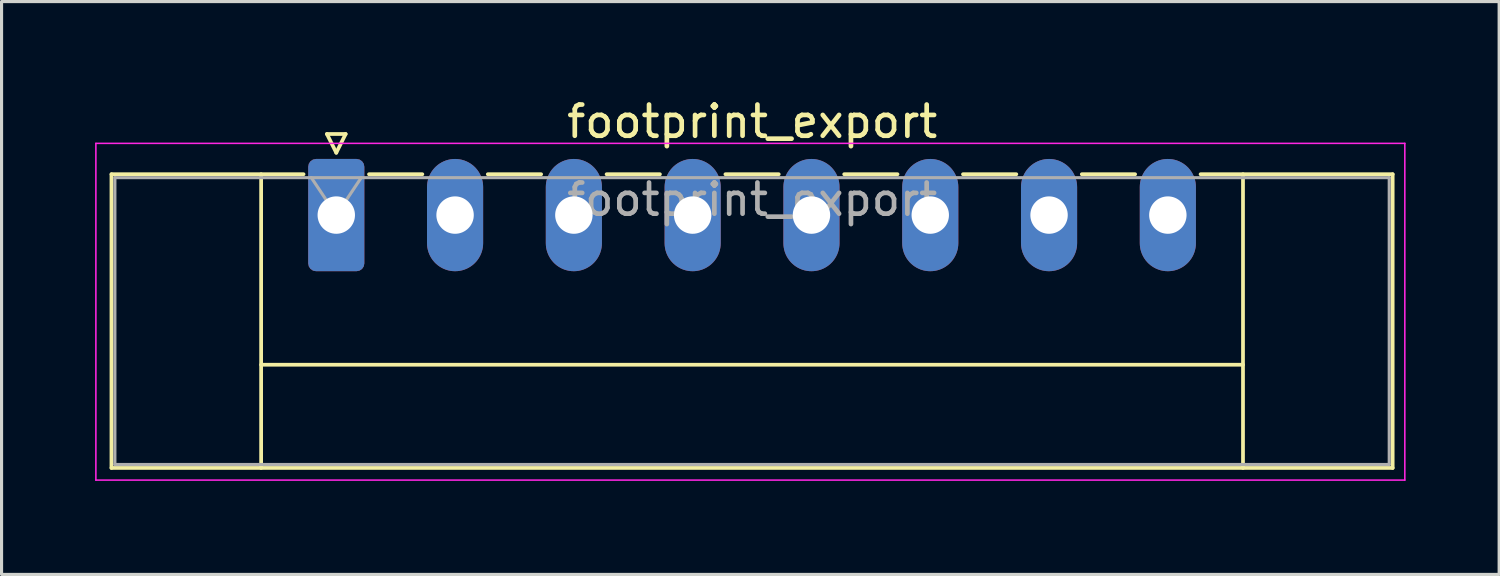
<source format=kicad_pcb>
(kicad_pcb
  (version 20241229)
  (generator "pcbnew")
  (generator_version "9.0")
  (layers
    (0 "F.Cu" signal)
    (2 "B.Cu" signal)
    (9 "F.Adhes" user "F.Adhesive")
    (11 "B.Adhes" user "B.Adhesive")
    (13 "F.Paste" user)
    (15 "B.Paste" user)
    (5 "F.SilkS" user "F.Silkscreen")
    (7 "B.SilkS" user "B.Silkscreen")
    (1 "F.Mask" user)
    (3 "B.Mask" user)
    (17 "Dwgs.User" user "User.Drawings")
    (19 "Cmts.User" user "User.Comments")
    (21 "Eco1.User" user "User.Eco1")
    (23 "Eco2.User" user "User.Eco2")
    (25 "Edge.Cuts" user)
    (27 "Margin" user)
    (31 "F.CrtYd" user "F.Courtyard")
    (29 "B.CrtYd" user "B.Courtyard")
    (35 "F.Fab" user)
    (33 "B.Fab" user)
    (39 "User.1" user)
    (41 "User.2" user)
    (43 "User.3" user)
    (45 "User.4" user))
  (footprint "footprint_export"
    (layer "F.Cu")
    (at 7.735 3.848)
    (property "Reference" "footprint_export" (at 13.34 -3 0) (layer "F.SilkS") (effects (font (size 1 1) (thickness 0.15))))
    (attr through_hole)
    (fp_line (start -7.21 -1.31) (end -7.21 8.11) (stroke (width 0.12) (type solid)) (layer "F.SilkS"))
    (fp_line (start -7.21 -1.31) (end -1.05 -1.31) (stroke (width 0.12) (type solid)) (layer "F.SilkS"))
    (fp_line (start -7.21 8.11) (end 33.88 8.11) (stroke (width 0.12) (type solid)) (layer "F.SilkS"))
    (fp_line (start -2.41 -1.31) (end -2.41 8.11) (stroke (width 0.12) (type solid)) (layer "F.SilkS"))
    (fp_line (start -2.41 4.8) (end 29.08 4.8) (stroke (width 0.12) (type solid)) (layer "F.SilkS"))
    (fp_line (start -0.3 -2.6) (end 0.3 -2.6) (stroke (width 0.12) (type solid)) (layer "F.SilkS"))
    (fp_line (start 0 -2) (end -0.3 -2.6) (stroke (width 0.12) (type solid)) (layer "F.SilkS"))
    (fp_line (start 0.3 -2.6) (end 0 -2) (stroke (width 0.12) (type solid)) (layer "F.SilkS"))
    (fp_line (start 1.05 -1.31) (end 2.76 -1.31) (stroke (width 0.12) (type solid)) (layer "F.SilkS"))
    (fp_line (start 4.86 -1.31) (end 6.57 -1.31) (stroke (width 0.12) (type solid)) (layer "F.SilkS"))
    (fp_line (start 8.67 -1.31) (end 10.38 -1.31) (stroke (width 0.12) (type solid)) (layer "F.SilkS"))
    (fp_line (start 12.48 -1.31) (end 14.19 -1.31) (stroke (width 0.12) (type solid)) (layer "F.SilkS"))
    (fp_line (start 16.29 -1.31) (end 18 -1.31) (stroke (width 0.12) (type solid)) (layer "F.SilkS"))
    (fp_line (start 20.1 -1.31) (end 21.81 -1.31) (stroke (width 0.12) (type solid)) (layer "F.SilkS"))
    (fp_line (start 23.91 -1.31) (end 25.62 -1.31) (stroke (width 0.12) (type solid)) (layer "F.SilkS"))
    (fp_line (start 29.08 -1.31) (end 29.08 8.11) (stroke (width 0.12) (type solid)) (layer "F.SilkS"))
    (fp_line (start 33.88 -1.31) (end 27.72 -1.31) (stroke (width 0.12) (type solid)) (layer "F.SilkS"))
    (fp_line (start 33.88 8.11) (end 33.88 -1.31) (stroke (width 0.12) (type solid)) (layer "F.SilkS"))
    (fp_line (start -7.71 -2.3) (end -7.71 8.5) (stroke (width 0.05) (type solid)) (layer "F.CrtYd"))
    (fp_line (start -7.71 8.5) (end 34.27 8.5) (stroke (width 0.05) (type solid)) (layer "F.CrtYd"))
    (fp_line (start 34.27 -2.3) (end -7.71 -2.3) (stroke (width 0.05) (type solid)) (layer "F.CrtYd"))
    (fp_line (start 34.27 8.5) (end 34.27 -2.3) (stroke (width 0.05) (type solid)) (layer "F.CrtYd"))
    (fp_line (start -7.1 -1.2) (end -7.1 8) (stroke (width 0.1) (type solid)) (layer "F.Fab"))
    (fp_line (start -7.1 8) (end 33.77 8) (stroke (width 0.1) (type solid)) (layer "F.Fab"))
    (fp_line (start 0 0) (end -0.8 -1.2) (stroke (width 0.1) (type solid)) (layer "F.Fab"))
    (fp_line (start 0.8 -1.2) (end 0 0) (stroke (width 0.1) (type solid)) (layer "F.Fab"))
    (fp_line (start 33.77 -1.2) (end -7.1 -1.2) (stroke (width 0.1) (type solid)) (layer "F.Fab"))
    (fp_line (start 33.77 8) (end 33.77 -1.2) (stroke (width 0.1) (type solid)) (layer "F.Fab"))
    (fp_text user "${REFERENCE}" (at 13.34 -0.5 0) (layer "F.Fab") (effects (font (size 1 1) (thickness 0.15))))
    (pad "1" thru_hole roundrect (at 0 0) (size 1.8 3.6) (drill 1.2) (layers "*.Cu" "*.Mask") (roundrect_rratio 0.139))
    (pad "2" thru_hole oval (at 3.81 0) (size 1.8 3.6) (drill 1.2) (layers "*.Cu" "*.Mask"))
    (pad "3" thru_hole oval (at 7.62 0) (size 1.8 3.6) (drill 1.2) (layers "*.Cu" "*.Mask"))
    (pad "4" thru_hole oval (at 11.43 0) (size 1.8 3.6) (drill 1.2) (layers "*.Cu" "*.Mask"))
    (pad "5" thru_hole oval (at 15.24 0) (size 1.8 3.6) (drill 1.2) (layers "*.Cu" "*.Mask"))
    (pad "6" thru_hole oval (at 19.05 0) (size 1.8 3.6) (drill 1.2) (layers "*.Cu" "*.Mask"))
    (pad "7" thru_hole oval (at 22.86 0) (size 1.8 3.6) (drill 1.2) (layers "*.Cu" "*.Mask"))
    (pad "8" thru_hole oval (at 26.67 0) (size 1.8 3.6) (drill 1.2) (layers "*.Cu" "*.Mask")))
  (gr_rect
    (start -3 -3)
    (end 45.03 15.373)
    (stroke (width 0.1) (type default))
    (fill no)
    (layer "Edge.Cuts")))
</source>
